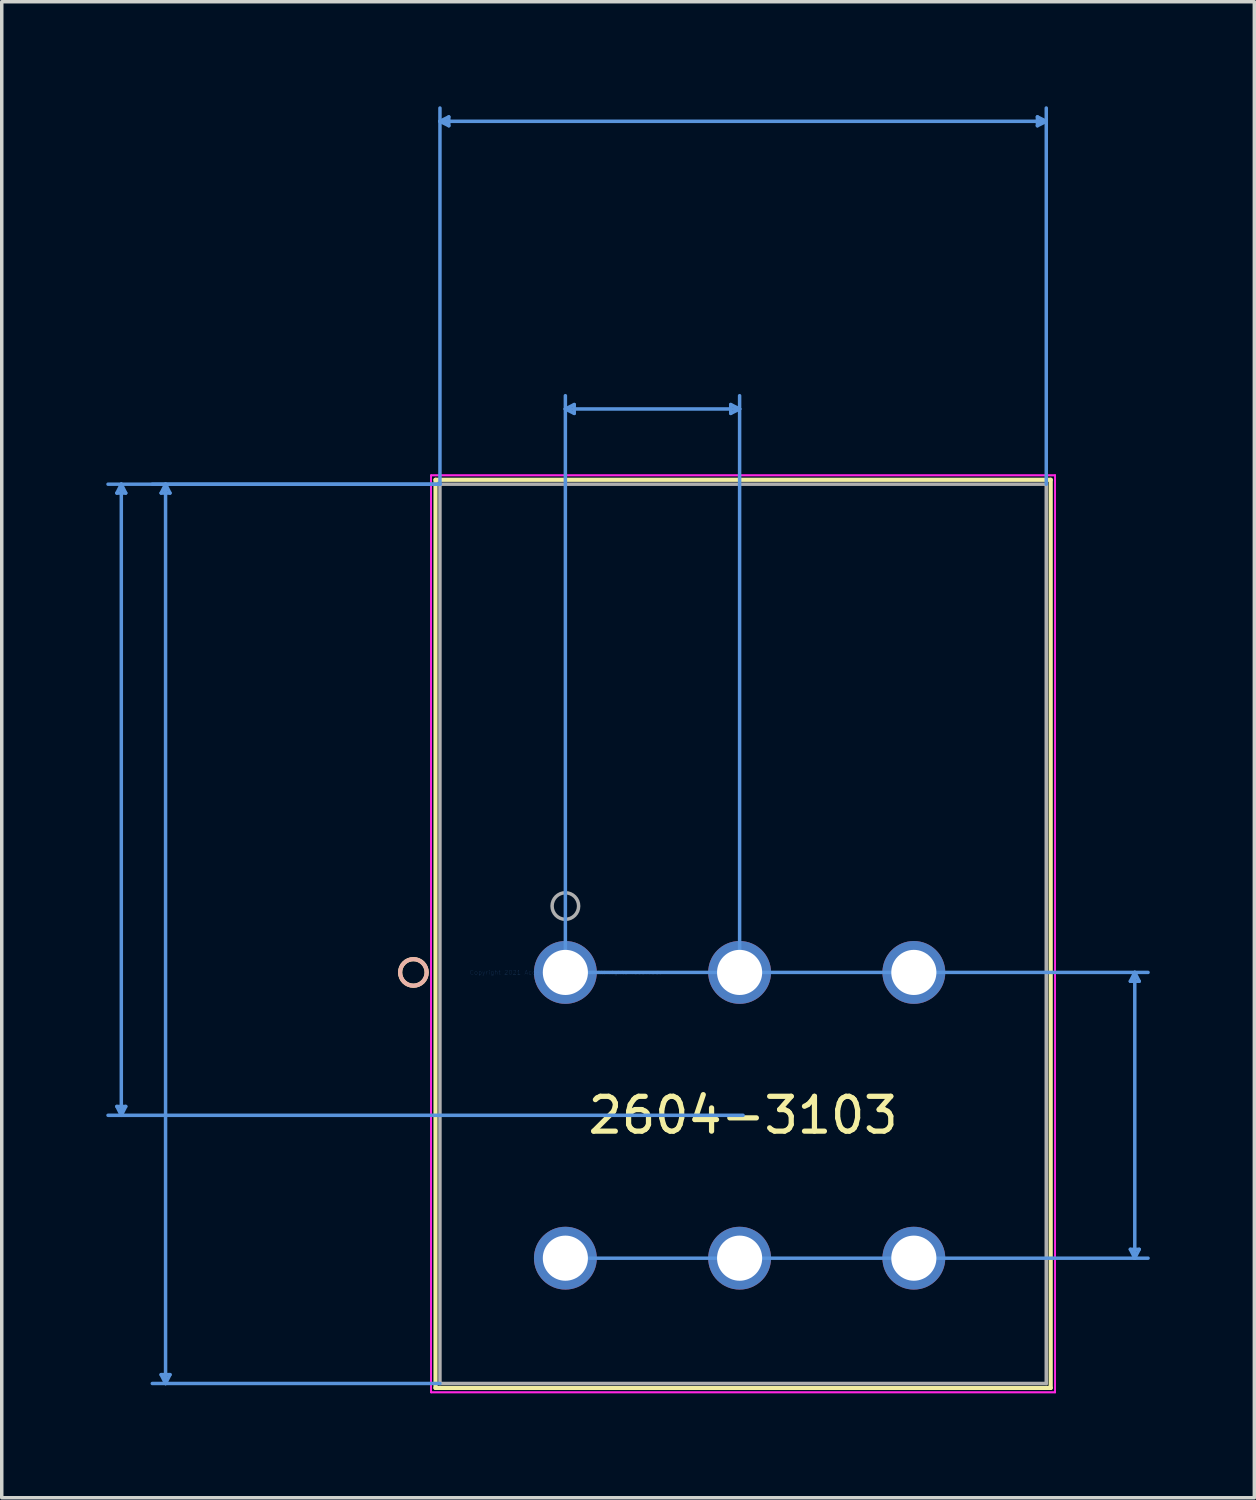
<source format=kicad_pcb>
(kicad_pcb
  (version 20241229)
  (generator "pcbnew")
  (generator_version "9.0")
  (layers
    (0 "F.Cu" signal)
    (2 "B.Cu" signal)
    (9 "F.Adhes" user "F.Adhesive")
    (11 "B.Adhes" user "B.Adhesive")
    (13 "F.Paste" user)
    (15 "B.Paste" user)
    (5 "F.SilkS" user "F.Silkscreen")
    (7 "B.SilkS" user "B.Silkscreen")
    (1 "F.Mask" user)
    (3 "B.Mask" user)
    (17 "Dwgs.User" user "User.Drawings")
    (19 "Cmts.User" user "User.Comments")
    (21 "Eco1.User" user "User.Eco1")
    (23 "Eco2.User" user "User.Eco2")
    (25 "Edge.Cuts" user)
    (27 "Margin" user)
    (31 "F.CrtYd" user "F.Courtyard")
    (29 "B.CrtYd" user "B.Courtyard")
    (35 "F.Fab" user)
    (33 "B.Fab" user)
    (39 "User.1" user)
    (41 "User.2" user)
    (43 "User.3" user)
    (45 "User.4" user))
  (footprint "2604-3103"
    (layer "F.Cu")
    (at 13.174 24.855)
    (property "Reference" "2604-3103" (at 5.1 4.1 0) (layer "F.SilkS") (effects (font (size 1 1) (thickness 0.15))))
    (attr through_hole)
    (fp_line (start -3.726 -14.137) (end -3.726 11.923) (stroke (width 0.12) (type solid)) (layer "F.SilkS"))
    (fp_line (start -3.726 11.923) (end 13.927 11.923) (stroke (width 0.12) (type solid)) (layer "F.SilkS"))
    (fp_line (start 13.927 -14.137) (end -3.726 -14.137) (stroke (width 0.12) (type solid)) (layer "F.SilkS"))
    (fp_line (start 13.927 11.923) (end 13.927 -14.137) (stroke (width 0.12) (type solid)) (layer "F.SilkS"))
    (fp_circle (center -4.361 0) (end -3.98 0) (stroke (width 0.12) (type solid)) (fill no) (layer "F.SilkS"))
    (fp_circle (center -4.361 0) (end -3.98 0) (stroke (width 0.12) (type solid)) (fill no) (layer "B.SilkS"))
    (fp_line (start -12.87 -13.756) (end -12.616 -13.756) (stroke (width 0.1) (type solid)) (layer "Cmts.User"))
    (fp_line (start -12.87 3.846) (end -12.616 3.846) (stroke (width 0.1) (type solid)) (layer "Cmts.User"))
    (fp_line (start -12.743 -14.01) (end -12.87 -13.756) (stroke (width 0.1) (type solid)) (layer "Cmts.User"))
    (fp_line (start -12.743 -14.01) (end -12.743 4.1) (stroke (width 0.1) (type solid)) (layer "Cmts.User"))
    (fp_line (start -12.743 -14.01) (end -12.616 -13.756) (stroke (width 0.1) (type solid)) (layer "Cmts.User"))
    (fp_line (start -12.743 4.1) (end -12.87 3.846) (stroke (width 0.1) (type solid)) (layer "Cmts.User"))
    (fp_line (start -12.743 4.1) (end -12.616 3.846) (stroke (width 0.1) (type solid)) (layer "Cmts.User"))
    (fp_line (start -11.6 -13.756) (end -11.346 -13.756) (stroke (width 0.1) (type solid)) (layer "Cmts.User"))
    (fp_line (start -11.6 11.542) (end -11.346 11.542) (stroke (width 0.1) (type solid)) (layer "Cmts.User"))
    (fp_line (start -11.473 -14.01) (end -11.6 -13.756) (stroke (width 0.1) (type solid)) (layer "Cmts.User"))
    (fp_line (start -11.473 -14.01) (end -11.473 11.796) (stroke (width 0.1) (type solid)) (layer "Cmts.User"))
    (fp_line (start -11.473 -14.01) (end -11.346 -13.756) (stroke (width 0.1) (type solid)) (layer "Cmts.User"))
    (fp_line (start -11.473 11.796) (end -11.6 11.542) (stroke (width 0.1) (type solid)) (layer "Cmts.User"))
    (fp_line (start -11.473 11.796) (end -11.346 11.542) (stroke (width 0.1) (type solid)) (layer "Cmts.User"))
    (fp_line (start -3.599 -24.424) (end -3.345 -24.551) (stroke (width 0.1) (type solid)) (layer "Cmts.User"))
    (fp_line (start -3.599 -24.424) (end -3.345 -24.297) (stroke (width 0.1) (type solid)) (layer "Cmts.User"))
    (fp_line (start -3.599 -24.424) (end 13.8 -24.424) (stroke (width 0.1) (type solid)) (layer "Cmts.User"))
    (fp_line (start -3.599 -14.01) (end -13.124 -14.01) (stroke (width 0.1) (type solid)) (layer "Cmts.User"))
    (fp_line (start -3.599 -14.01) (end -11.854 -14.01) (stroke (width 0.1) (type solid)) (layer "Cmts.User"))
    (fp_line (start -3.599 -14.01) (end -3.599 -24.805) (stroke (width 0.1) (type solid)) (layer "Cmts.User"))
    (fp_line (start -3.599 11.796) (end -11.854 11.796) (stroke (width 0.1) (type solid)) (layer "Cmts.User"))
    (fp_line (start -3.345 -24.551) (end -3.345 -24.297) (stroke (width 0.1) (type solid)) (layer "Cmts.User"))
    (fp_line (start 0 -16.169) (end 0.254 -16.296) (stroke (width 0.1) (type solid)) (layer "Cmts.User"))
    (fp_line (start 0 -16.169) (end 0.254 -16.042) (stroke (width 0.1) (type solid)) (layer "Cmts.User"))
    (fp_line (start 0 -16.169) (end 5 -16.169) (stroke (width 0.1) (type solid)) (layer "Cmts.User"))
    (fp_line (start 0 0) (end 0 -16.55) (stroke (width 0.1) (type solid)) (layer "Cmts.User"))
    (fp_line (start 0 0) (end 16.721 0) (stroke (width 0.1) (type solid)) (layer "Cmts.User"))
    (fp_line (start 0 8.2) (end 16.721 8.2) (stroke (width 0.1) (type solid)) (layer "Cmts.User"))
    (fp_line (start 0.254 -16.296) (end 0.254 -16.042) (stroke (width 0.1) (type solid)) (layer "Cmts.User"))
    (fp_line (start 4.746 -16.296) (end 4.746 -16.042) (stroke (width 0.1) (type solid)) (layer "Cmts.User"))
    (fp_line (start 5 -16.169) (end 4.746 -16.296) (stroke (width 0.1) (type solid)) (layer "Cmts.User"))
    (fp_line (start 5 -16.169) (end 4.746 -16.042) (stroke (width 0.1) (type solid)) (layer "Cmts.User"))
    (fp_line (start 5 0) (end 5 -16.55) (stroke (width 0.1) (type solid)) (layer "Cmts.User"))
    (fp_line (start 5.1 4.1) (end -13.124 4.1) (stroke (width 0.1) (type solid)) (layer "Cmts.User"))
    (fp_line (start 13.546 -24.551) (end 13.546 -24.297) (stroke (width 0.1) (type solid)) (layer "Cmts.User"))
    (fp_line (start 13.8 -24.424) (end 13.546 -24.551) (stroke (width 0.1) (type solid)) (layer "Cmts.User"))
    (fp_line (start 13.8 -24.424) (end 13.546 -24.297) (stroke (width 0.1) (type solid)) (layer "Cmts.User"))
    (fp_line (start 13.8 -14.01) (end 13.8 -24.805) (stroke (width 0.1) (type solid)) (layer "Cmts.User"))
    (fp_line (start 16.213 0.254) (end 16.467 0.254) (stroke (width 0.1) (type solid)) (layer "Cmts.User"))
    (fp_line (start 16.213 7.946) (end 16.467 7.946) (stroke (width 0.1) (type solid)) (layer "Cmts.User"))
    (fp_line (start 16.34 0) (end 16.213 0.254) (stroke (width 0.1) (type solid)) (layer "Cmts.User"))
    (fp_line (start 16.34 0) (end 16.34 8.2) (stroke (width 0.1) (type solid)) (layer "Cmts.User"))
    (fp_line (start 16.34 0) (end 16.467 0.254) (stroke (width 0.1) (type solid)) (layer "Cmts.User"))
    (fp_line (start 16.34 8.2) (end 16.213 7.946) (stroke (width 0.1) (type solid)) (layer "Cmts.User"))
    (fp_line (start 16.34 8.2) (end 16.467 7.946) (stroke (width 0.1) (type solid)) (layer "Cmts.User"))
    (fp_line (start -3.853 -14.264) (end -3.853 12.05) (stroke (width 0.05) (type solid)) (layer "F.CrtYd"))
    (fp_line (start -3.853 -14.264) (end -3.853 12.05) (stroke (width 0.05) (type solid)) (layer "F.CrtYd"))
    (fp_line (start -3.853 12.05) (end 14.054 12.05) (stroke (width 0.05) (type solid)) (layer "F.CrtYd"))
    (fp_line (start -3.853 12.05) (end 14.054 12.05) (stroke (width 0.05) (type solid)) (layer "F.CrtYd"))
    (fp_line (start 14.054 -14.264) (end -3.853 -14.264) (stroke (width 0.05) (type solid)) (layer "F.CrtYd"))
    (fp_line (start 14.054 -14.264) (end -3.853 -14.264) (stroke (width 0.05) (type solid)) (layer "F.CrtYd"))
    (fp_line (start 14.054 12.05) (end 14.054 -14.264) (stroke (width 0.05) (type solid)) (layer "F.CrtYd"))
    (fp_line (start 14.054 12.05) (end 14.054 -14.264) (stroke (width 0.05) (type solid)) (layer "F.CrtYd"))
    (fp_line (start -3.599 -14.01) (end -3.599 11.796) (stroke (width 0.1) (type solid)) (layer "F.Fab"))
    (fp_line (start -3.599 11.796) (end 13.8 11.796) (stroke (width 0.1) (type solid)) (layer "F.Fab"))
    (fp_line (start 13.8 -14.01) (end -3.599 -14.01) (stroke (width 0.1) (type solid)) (layer "F.Fab"))
    (fp_line (start 13.8 11.796) (end 13.8 -14.01) (stroke (width 0.1) (type solid)) (layer "F.Fab"))
    (fp_circle (center 0 -1.905) (end 0.381 -1.905) (stroke (width 0.1) (type solid)) (fill no) (layer "F.Fab"))
    (fp_text user "*" (at 0 0 0) (layer "F.SilkS") (effects (font (size 1 1) (thickness 0.15))))
    (fp_text user "Copyright 2021 Accelerated Designs. All rights reserved." (at 0 0 0) (layer "Cmts.User") (effects (font (size 0.127 0.127) (thickness 0.002))))
    (fp_text user "*" (at 0 0 0) (layer "F.Fab") (effects (font (size 1 1) (thickness 0.15))))
    (pad "1" thru_hole circle (at 0 0) (size 1.803 1.803) (drill 1.295) (layers "*.Cu" "*.Mask"))
    (pad "2" thru_hole circle (at 0 8.2) (size 1.803 1.803) (drill 1.295) (layers "*.Cu" "*.Mask"))
    (pad "3" thru_hole circle (at 5 0) (size 1.803 1.803) (drill 1.295) (layers "*.Cu" "*.Mask"))
    (pad "4" thru_hole circle (at 5 8.2) (size 1.803 1.803) (drill 1.295) (layers "*.Cu" "*.Mask"))
    (pad "5" thru_hole circle (at 10 0) (size 1.803 1.803) (drill 1.295) (layers "*.Cu" "*.Mask"))
    (pad "6" thru_hole circle (at 10 8.2) (size 1.803 1.803) (drill 1.295) (layers "*.Cu" "*.Mask")))
  (gr_rect
    (start -3 -3)
    (end 32.945 39.93)
    (stroke (width 0.1) (type default))
    (fill no)
    (layer "Edge.Cuts")))
</source>
